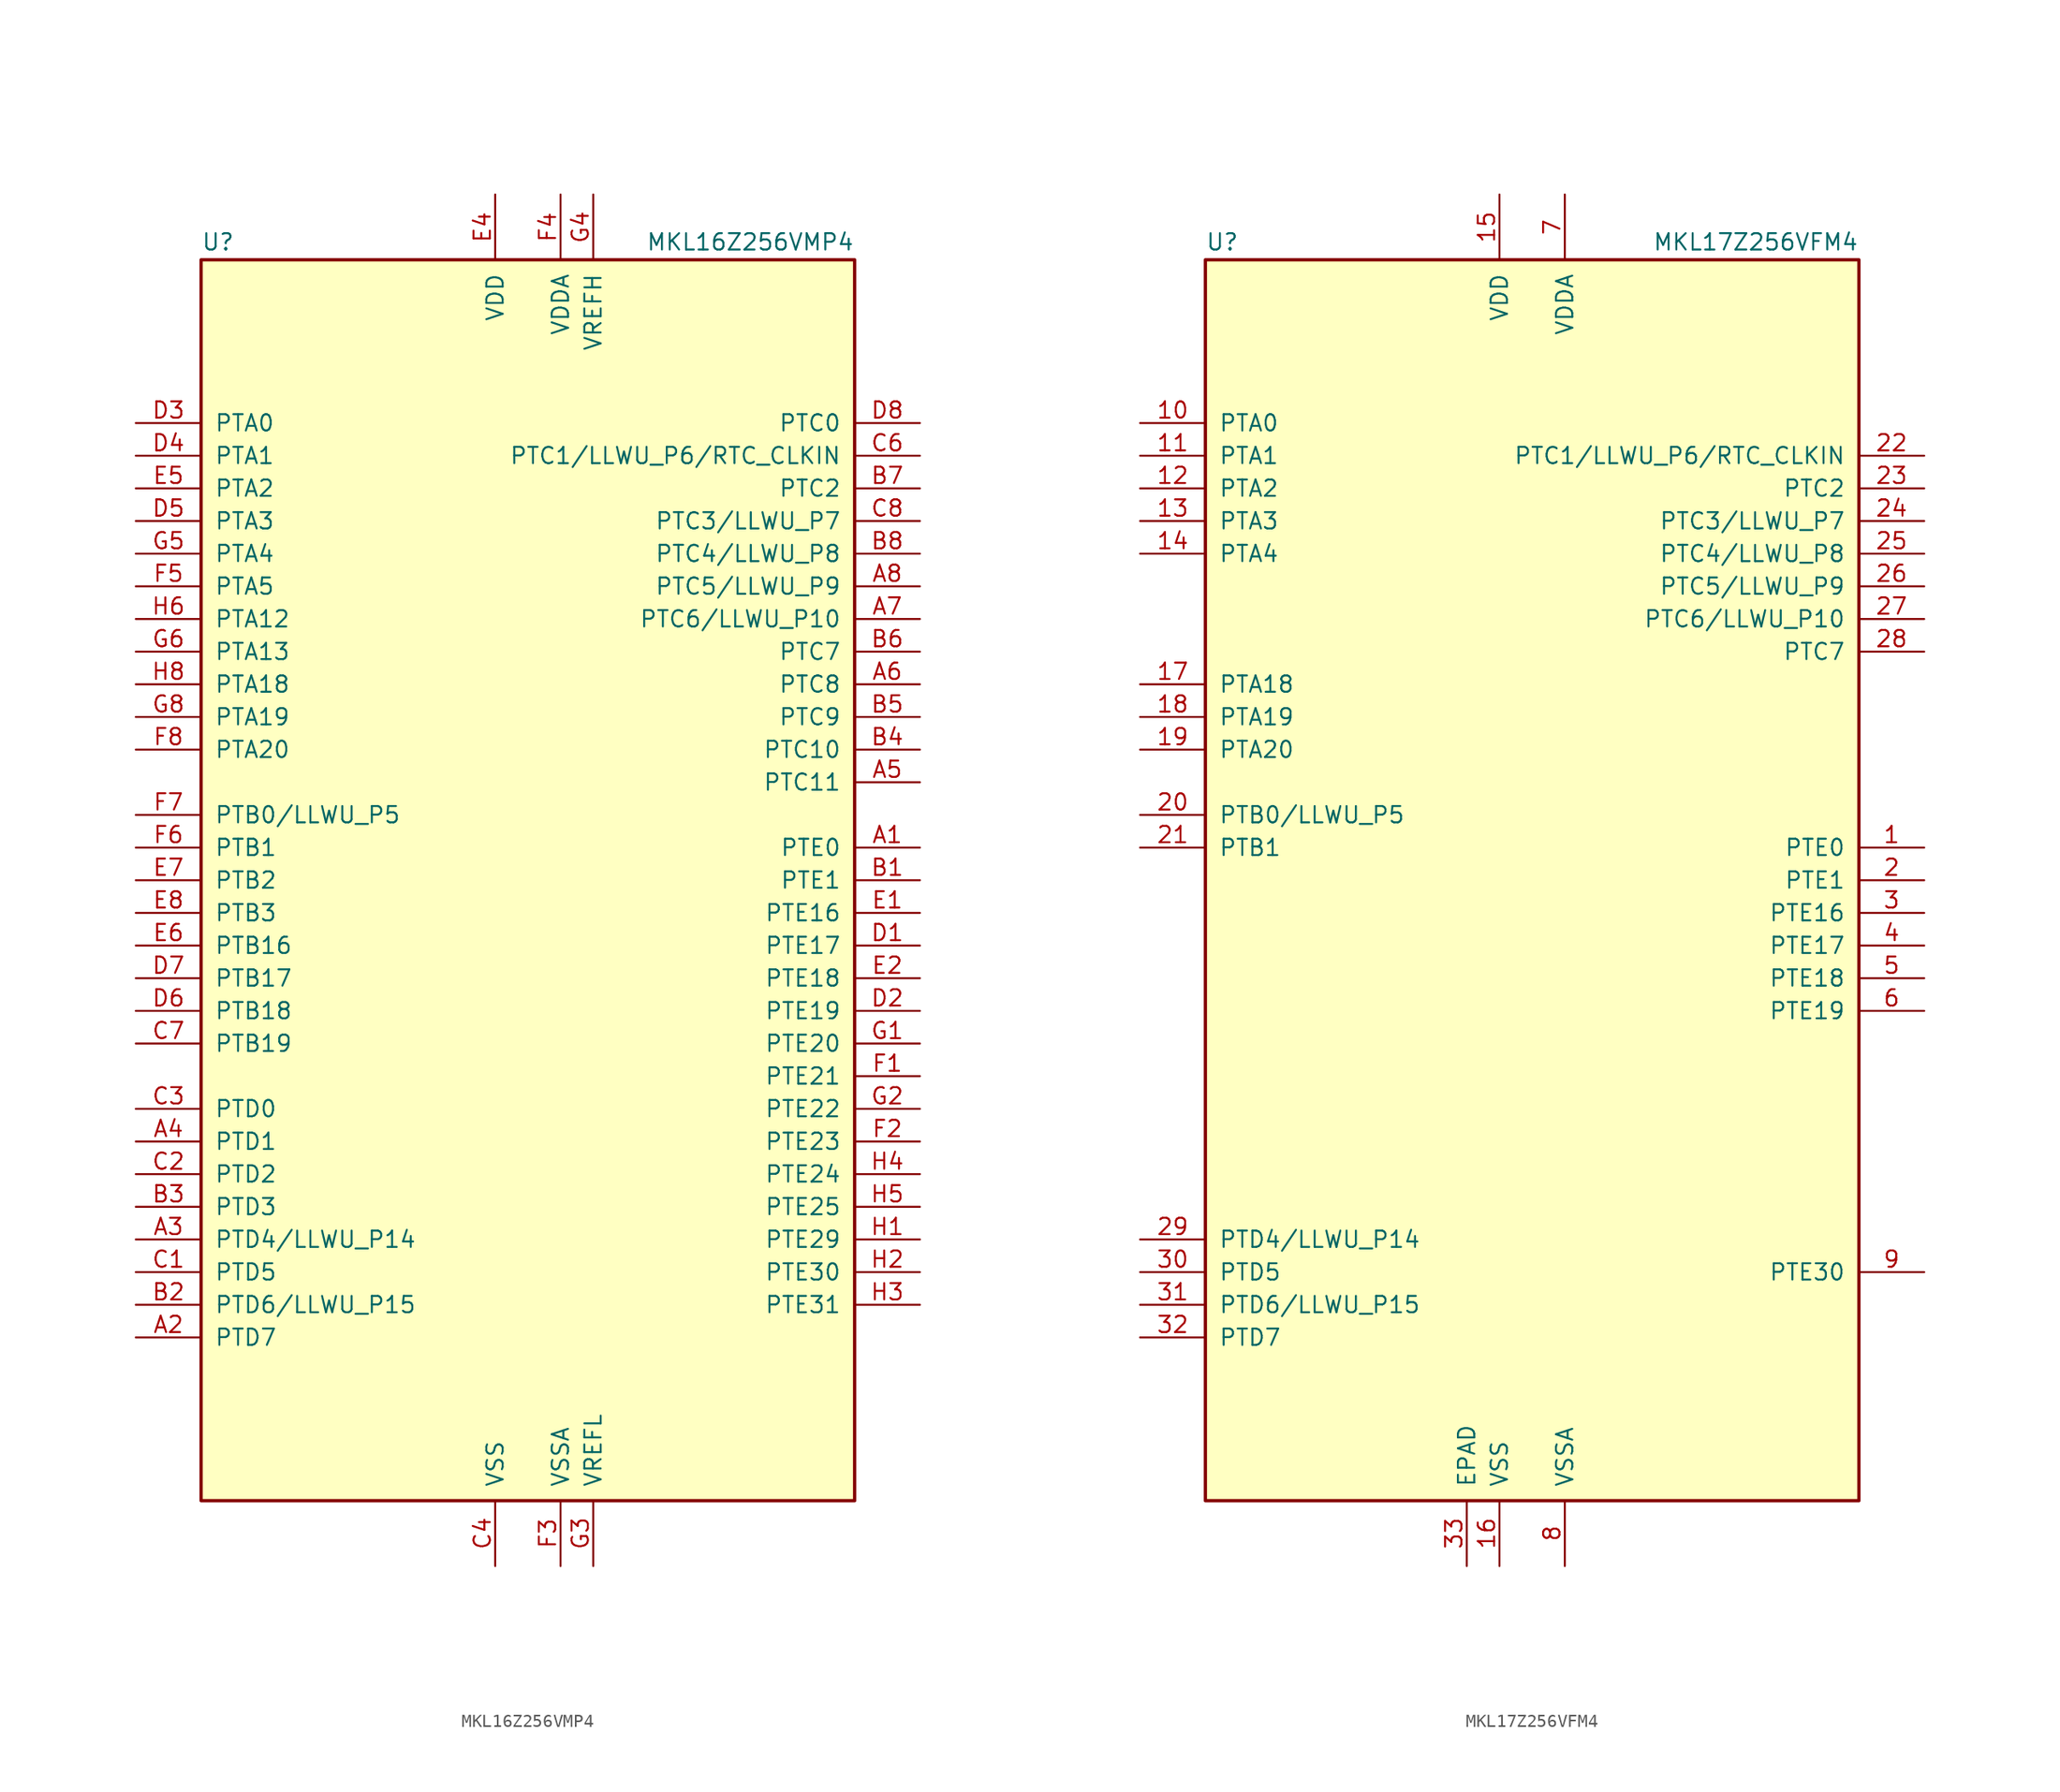
<source format=kicad_sym>
(kicad_symbol_lib
  (version 20241209)
  (generator "kicad_symbol_editor")
  (generator_version "9.0")
  (symbol "MKL16Z256VMP4"
    (pin_names
      (offset 1.016))
    (property "Reference" "U"
      (at -25.4 48.895 0)
      (effects (font (size 1.27 1.27)) (justify left bottom)))
    (property "Value" "MKL16Z256VMP4"
      (at 25.4 48.895 0)
      (effects (font (size 1.27 1.27)) (justify right bottom)))
    (symbol "MKL16Z256VMP4_0_1"
      (rectangle (start -25.4 48.26) (end 25.4 -48.26) (stroke (width 0.254) (type default)) (fill (type background))))
    (symbol "MKL16Z256VMP4_1_1"
      (pin bidirectional line (at -30.48 35.56 0) (length 5.08) (name "PTA0" (effects (font (size 1.27 1.27)))) (number "D3" (effects (font (size 1.27 1.27)))))
      (pin bidirectional line (at -30.48 33.02 0) (length 5.08) (name "PTA1" (effects (font (size 1.27 1.27)))) (number "D4" (effects (font (size 1.27 1.27)))))
      (pin bidirectional line (at -30.48 30.48 0) (length 5.08) (name "PTA2" (effects (font (size 1.27 1.27)))) (number "E5" (effects (font (size 1.27 1.27)))))
      (pin bidirectional line (at -30.48 27.94 0) (length 5.08) (name "PTA3" (effects (font (size 1.27 1.27)))) (number "D5" (effects (font (size 1.27 1.27)))))
      (pin bidirectional line (at -30.48 25.4 0) (length 5.08) (name "PTA4" (effects (font (size 1.27 1.27)))) (number "G5" (effects (font (size 1.27 1.27)))))
      (pin bidirectional line (at -30.48 22.86 0) (length 5.08) (name "PTA5" (effects (font (size 1.27 1.27)))) (number "F5" (effects (font (size 1.27 1.27)))))
      (pin bidirectional line (at -30.48 20.32 0) (length 5.08) (name "PTA12" (effects (font (size 1.27 1.27)))) (number "H6" (effects (font (size 1.27 1.27)))))
      (pin bidirectional line (at -30.48 17.78 0) (length 5.08) (name "PTA13" (effects (font (size 1.27 1.27)))) (number "G6" (effects (font (size 1.27 1.27)))))
      (pin bidirectional line (at -30.48 15.24 0) (length 5.08) (name "PTA18" (effects (font (size 1.27 1.27)))) (number "H8" (effects (font (size 1.27 1.27)))))
      (pin bidirectional line (at -30.48 12.7 0) (length 5.08) (name "PTA19" (effects (font (size 1.27 1.27)))) (number "G8" (effects (font (size 1.27 1.27)))))
      (pin bidirectional line (at -30.48 10.16 0) (length 5.08) (name "PTA20" (effects (font (size 1.27 1.27)))) (number "F8" (effects (font (size 1.27 1.27)))))
      (pin bidirectional line (at -30.48 5.08 0) (length 5.08) (name "PTB0/LLWU_P5" (effects (font (size 1.27 1.27)))) (number "F7" (effects (font (size 1.27 1.27)))))
      (pin bidirectional line (at -30.48 2.54 0) (length 5.08) (name "PTB1" (effects (font (size 1.27 1.27)))) (number "F6" (effects (font (size 1.27 1.27)))))
      (pin bidirectional line (at -30.48 0 0) (length 5.08) (name "PTB2" (effects (font (size 1.27 1.27)))) (number "E7" (effects (font (size 1.27 1.27)))))
      (pin bidirectional line (at -30.48 -2.54 0) (length 5.08) (name "PTB3" (effects (font (size 1.27 1.27)))) (number "E8" (effects (font (size 1.27 1.27)))))
      (pin bidirectional line (at -30.48 -5.08 0) (length 5.08) (name "PTB16" (effects (font (size 1.27 1.27)))) (number "E6" (effects (font (size 1.27 1.27)))))
      (pin bidirectional line (at -30.48 -7.62 0) (length 5.08) (name "PTB17" (effects (font (size 1.27 1.27)))) (number "D7" (effects (font (size 1.27 1.27)))))
      (pin bidirectional line (at -30.48 -10.16 0) (length 5.08) (name "PTB18" (effects (font (size 1.27 1.27)))) (number "D6" (effects (font (size 1.27 1.27)))))
      (pin bidirectional line (at -30.48 -12.7 0) (length 5.08) (name "PTB19" (effects (font (size 1.27 1.27)))) (number "C7" (effects (font (size 1.27 1.27)))))
      (pin bidirectional line (at -30.48 -17.78 0) (length 5.08) (name "PTD0" (effects (font (size 1.27 1.27)))) (number "C3" (effects (font (size 1.27 1.27)))))
      (pin bidirectional line (at -30.48 -20.32 0) (length 5.08) (name "PTD1" (effects (font (size 1.27 1.27)))) (number "A4" (effects (font (size 1.27 1.27)))))
      (pin bidirectional line (at -30.48 -22.86 0) (length 5.08) (name "PTD2" (effects (font (size 1.27 1.27)))) (number "C2" (effects (font (size 1.27 1.27)))))
      (pin bidirectional line (at -30.48 -25.4 0) (length 5.08) (name "PTD3" (effects (font (size 1.27 1.27)))) (number "B3" (effects (font (size 1.27 1.27)))))
      (pin bidirectional line (at -30.48 -27.94 0) (length 5.08) (name "PTD4/LLWU_P14" (effects (font (size 1.27 1.27)))) (number "A3" (effects (font (size 1.27 1.27)))))
      (pin bidirectional line (at -30.48 -30.48 0) (length 5.08) (name "PTD5" (effects (font (size 1.27 1.27)))) (number "C1" (effects (font (size 1.27 1.27)))))
      (pin bidirectional line (at -30.48 -33.02 0) (length 5.08) (name "PTD6/LLWU_P15" (effects (font (size 1.27 1.27)))) (number "B2" (effects (font (size 1.27 1.27)))))
      (pin bidirectional line (at -30.48 -35.56 0) (length 5.08) (name "PTD7" (effects (font (size 1.27 1.27)))) (number "A2" (effects (font (size 1.27 1.27)))))
      (pin no_connect line (at -15.24 -48.26 90) (length 5.08) (hide yes) (name "NC" (effects (font (size 1.27 1.27)))) (number "C5" (effects (font (size 1.27 1.27)))))
      (pin power_in line (at -2.54 53.34 270) (length 5.08) (name "VDD" (effects (font (size 1.27 1.27)))) (number "E4" (effects (font (size 1.27 1.27)))))
      (pin passive line (at -2.54 53.34 270) (length 5.08) (hide yes) (name "VDD" (effects (font (size 1.27 1.27)))) (number "G7" (effects (font (size 1.27 1.27)))))
      (pin power_in line (at -2.54 -53.34 90) (length 5.08) (name "VSS" (effects (font (size 1.27 1.27)))) (number "C4" (effects (font (size 1.27 1.27)))))
      (pin passive line (at -2.54 -53.34 90) (length 5.08) (hide yes) (name "VSS" (effects (font (size 1.27 1.27)))) (number "E3" (effects (font (size 1.27 1.27)))))
      (pin passive line (at -2.54 -53.34 90) (length 5.08) (hide yes) (name "VSS" (effects (font (size 1.27 1.27)))) (number "H7" (effects (font (size 1.27 1.27)))))
      (pin power_in line (at 2.54 53.34 270) (length 5.08) (name "VDDA" (effects (font (size 1.27 1.27)))) (number "F4" (effects (font (size 1.27 1.27)))))
      (pin power_in line (at 2.54 -53.34 90) (length 5.08) (name "VSSA" (effects (font (size 1.27 1.27)))) (number "F3" (effects (font (size 1.27 1.27)))))
      (pin power_in line (at 5.08 53.34 270) (length 5.08) (name "VREFH" (effects (font (size 1.27 1.27)))) (number "G4" (effects (font (size 1.27 1.27)))))
      (pin power_in line (at 5.08 -53.34 90) (length 5.08) (name "VREFL" (effects (font (size 1.27 1.27)))) (number "G3" (effects (font (size 1.27 1.27)))))
      (pin bidirectional line (at 30.48 35.56 180) (length 5.08) (name "PTC0" (effects (font (size 1.27 1.27)))) (number "D8" (effects (font (size 1.27 1.27)))))
      (pin bidirectional line (at 30.48 33.02 180) (length 5.08) (name "PTC1/LLWU_P6/RTC_CLKIN" (effects (font (size 1.27 1.27)))) (number "C6" (effects (font (size 1.27 1.27)))))
      (pin bidirectional line (at 30.48 30.48 180) (length 5.08) (name "PTC2" (effects (font (size 1.27 1.27)))) (number "B7" (effects (font (size 1.27 1.27)))))
      (pin bidirectional line (at 30.48 27.94 180) (length 5.08) (name "PTC3/LLWU_P7" (effects (font (size 1.27 1.27)))) (number "C8" (effects (font (size 1.27 1.27)))))
      (pin bidirectional line (at 30.48 25.4 180) (length 5.08) (name "PTC4/LLWU_P8" (effects (font (size 1.27 1.27)))) (number "B8" (effects (font (size 1.27 1.27)))))
      (pin bidirectional line (at 30.48 22.86 180) (length 5.08) (name "PTC5/LLWU_P9" (effects (font (size 1.27 1.27)))) (number "A8" (effects (font (size 1.27 1.27)))))
      (pin bidirectional line (at 30.48 20.32 180) (length 5.08) (name "PTC6/LLWU_P10" (effects (font (size 1.27 1.27)))) (number "A7" (effects (font (size 1.27 1.27)))))
      (pin bidirectional line (at 30.48 17.78 180) (length 5.08) (name "PTC7" (effects (font (size 1.27 1.27)))) (number "B6" (effects (font (size 1.27 1.27)))))
      (pin bidirectional line (at 30.48 15.24 180) (length 5.08) (name "PTC8" (effects (font (size 1.27 1.27)))) (number "A6" (effects (font (size 1.27 1.27)))))
      (pin bidirectional line (at 30.48 12.7 180) (length 5.08) (name "PTC9" (effects (font (size 1.27 1.27)))) (number "B5" (effects (font (size 1.27 1.27)))))
      (pin bidirectional line (at 30.48 10.16 180) (length 5.08) (name "PTC10" (effects (font (size 1.27 1.27)))) (number "B4" (effects (font (size 1.27 1.27)))))
      (pin bidirectional line (at 30.48 7.62 180) (length 5.08) (name "PTC11" (effects (font (size 1.27 1.27)))) (number "A5" (effects (font (size 1.27 1.27)))))
      (pin bidirectional line (at 30.48 2.54 180) (length 5.08) (name "PTE0" (effects (font (size 1.27 1.27)))) (number "A1" (effects (font (size 1.27 1.27)))))
      (pin bidirectional line (at 30.48 0 180) (length 5.08) (name "PTE1" (effects (font (size 1.27 1.27)))) (number "B1" (effects (font (size 1.27 1.27)))))
      (pin bidirectional line (at 30.48 -2.54 180) (length 5.08) (name "PTE16" (effects (font (size 1.27 1.27)))) (number "E1" (effects (font (size 1.27 1.27)))))
      (pin bidirectional line (at 30.48 -5.08 180) (length 5.08) (name "PTE17" (effects (font (size 1.27 1.27)))) (number "D1" (effects (font (size 1.27 1.27)))))
      (pin bidirectional line (at 30.48 -7.62 180) (length 5.08) (name "PTE18" (effects (font (size 1.27 1.27)))) (number "E2" (effects (font (size 1.27 1.27)))))
      (pin bidirectional line (at 30.48 -10.16 180) (length 5.08) (name "PTE19" (effects (font (size 1.27 1.27)))) (number "D2" (effects (font (size 1.27 1.27)))))
      (pin bidirectional line (at 30.48 -12.7 180) (length 5.08) (name "PTE20" (effects (font (size 1.27 1.27)))) (number "G1" (effects (font (size 1.27 1.27)))))
      (pin bidirectional line (at 30.48 -15.24 180) (length 5.08) (name "PTE21" (effects (font (size 1.27 1.27)))) (number "F1" (effects (font (size 1.27 1.27)))))
      (pin bidirectional line (at 30.48 -17.78 180) (length 5.08) (name "PTE22" (effects (font (size 1.27 1.27)))) (number "G2" (effects (font (size 1.27 1.27)))))
      (pin bidirectional line (at 30.48 -20.32 180) (length 5.08) (name "PTE23" (effects (font (size 1.27 1.27)))) (number "F2" (effects (font (size 1.27 1.27)))))
      (pin bidirectional line (at 30.48 -22.86 180) (length 5.08) (name "PTE24" (effects (font (size 1.27 1.27)))) (number "H4" (effects (font (size 1.27 1.27)))))
      (pin bidirectional line (at 30.48 -25.4 180) (length 5.08) (name "PTE25" (effects (font (size 1.27 1.27)))) (number "H5" (effects (font (size 1.27 1.27)))))
      (pin bidirectional line (at 30.48 -27.94 180) (length 5.08) (name "PTE29" (effects (font (size 1.27 1.27)))) (number "H1" (effects (font (size 1.27 1.27)))))
      (pin bidirectional line (at 30.48 -30.48 180) (length 5.08) (name "PTE30" (effects (font (size 1.27 1.27)))) (number "H2" (effects (font (size 1.27 1.27)))))
      (pin bidirectional line (at 30.48 -33.02 180) (length 5.08) (name "PTE31" (effects (font (size 1.27 1.27)))) (number "H3" (effects (font (size 1.27 1.27)))))))
  (symbol "MKL17Z256VFM4"
    (pin_names
      (offset 1.016))
    (property "Reference" "U"
      (at -25.4 48.895 0)
      (effects (font (size 1.27 1.27)) (justify left bottom)))
    (property "Value" "MKL17Z256VFM4"
      (at 25.4 48.895 0)
      (effects (font (size 1.27 1.27)) (justify right bottom)))
    (symbol "MKL17Z256VFM4_0_1"
      (rectangle (start -25.4 48.26) (end 25.4 -48.26) (stroke (width 0.254) (type default)) (fill (type background))))
    (symbol "MKL17Z256VFM4_1_1"
      (pin bidirectional line (at -30.48 35.56 0) (length 5.08) (name "PTA0" (effects (font (size 1.27 1.27)))) (number "10" (effects (font (size 1.27 1.27)))))
      (pin bidirectional line (at -30.48 33.02 0) (length 5.08) (name "PTA1" (effects (font (size 1.27 1.27)))) (number "11" (effects (font (size 1.27 1.27)))))
      (pin bidirectional line (at -30.48 30.48 0) (length 5.08) (name "PTA2" (effects (font (size 1.27 1.27)))) (number "12" (effects (font (size 1.27 1.27)))))
      (pin bidirectional line (at -30.48 27.94 0) (length 5.08) (name "PTA3" (effects (font (size 1.27 1.27)))) (number "13" (effects (font (size 1.27 1.27)))))
      (pin bidirectional line (at -30.48 25.4 0) (length 5.08) (name "PTA4" (effects (font (size 1.27 1.27)))) (number "14" (effects (font (size 1.27 1.27)))))
      (pin bidirectional line (at -30.48 15.24 0) (length 5.08) (name "PTA18" (effects (font (size 1.27 1.27)))) (number "17" (effects (font (size 1.27 1.27)))))
      (pin bidirectional line (at -30.48 12.7 0) (length 5.08) (name "PTA19" (effects (font (size 1.27 1.27)))) (number "18" (effects (font (size 1.27 1.27)))))
      (pin bidirectional line (at -30.48 10.16 0) (length 5.08) (name "PTA20" (effects (font (size 1.27 1.27)))) (number "19" (effects (font (size 1.27 1.27)))))
      (pin bidirectional line (at -30.48 5.08 0) (length 5.08) (name "PTB0/LLWU_P5" (effects (font (size 1.27 1.27)))) (number "20" (effects (font (size 1.27 1.27)))))
      (pin bidirectional line (at -30.48 2.54 0) (length 5.08) (name "PTB1" (effects (font (size 1.27 1.27)))) (number "21" (effects (font (size 1.27 1.27)))))
      (pin bidirectional line (at -30.48 -27.94 0) (length 5.08) (name "PTD4/LLWU_P14" (effects (font (size 1.27 1.27)))) (number "29" (effects (font (size 1.27 1.27)))))
      (pin bidirectional line (at -30.48 -30.48 0) (length 5.08) (name "PTD5" (effects (font (size 1.27 1.27)))) (number "30" (effects (font (size 1.27 1.27)))))
      (pin bidirectional line (at -30.48 -33.02 0) (length 5.08) (name "PTD6/LLWU_P15" (effects (font (size 1.27 1.27)))) (number "31" (effects (font (size 1.27 1.27)))))
      (pin bidirectional line (at -30.48 -35.56 0) (length 5.08) (name "PTD7" (effects (font (size 1.27 1.27)))) (number "32" (effects (font (size 1.27 1.27)))))
      (pin power_in line (at -5.08 -53.34 90) (length 5.08) (name "EPAD" (effects (font (size 1.27 1.27)))) (number "33" (effects (font (size 1.27 1.27)))))
      (pin power_in line (at -2.54 53.34 270) (length 5.08) (name "VDD" (effects (font (size 1.27 1.27)))) (number "15" (effects (font (size 1.27 1.27)))))
      (pin power_in line (at -2.54 -53.34 90) (length 5.08) (name "VSS" (effects (font (size 1.27 1.27)))) (number "16" (effects (font (size 1.27 1.27)))))
      (pin power_in line (at 2.54 53.34 270) (length 5.08) (name "VDDA" (effects (font (size 1.27 1.27)))) (number "7" (effects (font (size 1.27 1.27)))))
      (pin power_in line (at 2.54 -53.34 90) (length 5.08) (name "VSSA" (effects (font (size 1.27 1.27)))) (number "8" (effects (font (size 1.27 1.27)))))
      (pin bidirectional line (at 30.48 33.02 180) (length 5.08) (name "PTC1/LLWU_P6/RTC_CLKIN" (effects (font (size 1.27 1.27)))) (number "22" (effects (font (size 1.27 1.27)))))
      (pin bidirectional line (at 30.48 30.48 180) (length 5.08) (name "PTC2" (effects (font (size 1.27 1.27)))) (number "23" (effects (font (size 1.27 1.27)))))
      (pin bidirectional line (at 30.48 27.94 180) (length 5.08) (name "PTC3/LLWU_P7" (effects (font (size 1.27 1.27)))) (number "24" (effects (font (size 1.27 1.27)))))
      (pin bidirectional line (at 30.48 25.4 180) (length 5.08) (name "PTC4/LLWU_P8" (effects (font (size 1.27 1.27)))) (number "25" (effects (font (size 1.27 1.27)))))
      (pin bidirectional line (at 30.48 22.86 180) (length 5.08) (name "PTC5/LLWU_P9" (effects (font (size 1.27 1.27)))) (number "26" (effects (font (size 1.27 1.27)))))
      (pin bidirectional line (at 30.48 20.32 180) (length 5.08) (name "PTC6/LLWU_P10" (effects (font (size 1.27 1.27)))) (number "27" (effects (font (size 1.27 1.27)))))
      (pin bidirectional line (at 30.48 17.78 180) (length 5.08) (name "PTC7" (effects (font (size 1.27 1.27)))) (number "28" (effects (font (size 1.27 1.27)))))
      (pin bidirectional line (at 30.48 2.54 180) (length 5.08) (name "PTE0" (effects (font (size 1.27 1.27)))) (number "1" (effects (font (size 1.27 1.27)))))
      (pin bidirectional line (at 30.48 0 180) (length 5.08) (name "PTE1" (effects (font (size 1.27 1.27)))) (number "2" (effects (font (size 1.27 1.27)))))
      (pin bidirectional line (at 30.48 -2.54 180) (length 5.08) (name "PTE16" (effects (font (size 1.27 1.27)))) (number "3" (effects (font (size 1.27 1.27)))))
      (pin bidirectional line (at 30.48 -5.08 180) (length 5.08) (name "PTE17" (effects (font (size 1.27 1.27)))) (number "4" (effects (font (size 1.27 1.27)))))
      (pin bidirectional line (at 30.48 -7.62 180) (length 5.08) (name "PTE18" (effects (font (size 1.27 1.27)))) (number "5" (effects (font (size 1.27 1.27)))))
      (pin bidirectional line (at 30.48 -10.16 180) (length 5.08) (name "PTE19" (effects (font (size 1.27 1.27)))) (number "6" (effects (font (size 1.27 1.27)))))
      (pin bidirectional line (at 30.48 -30.48 180) (length 5.08) (name "PTE30" (effects (font (size 1.27 1.27)))) (number "9" (effects (font (size 1.27 1.27))))))))
</source>
